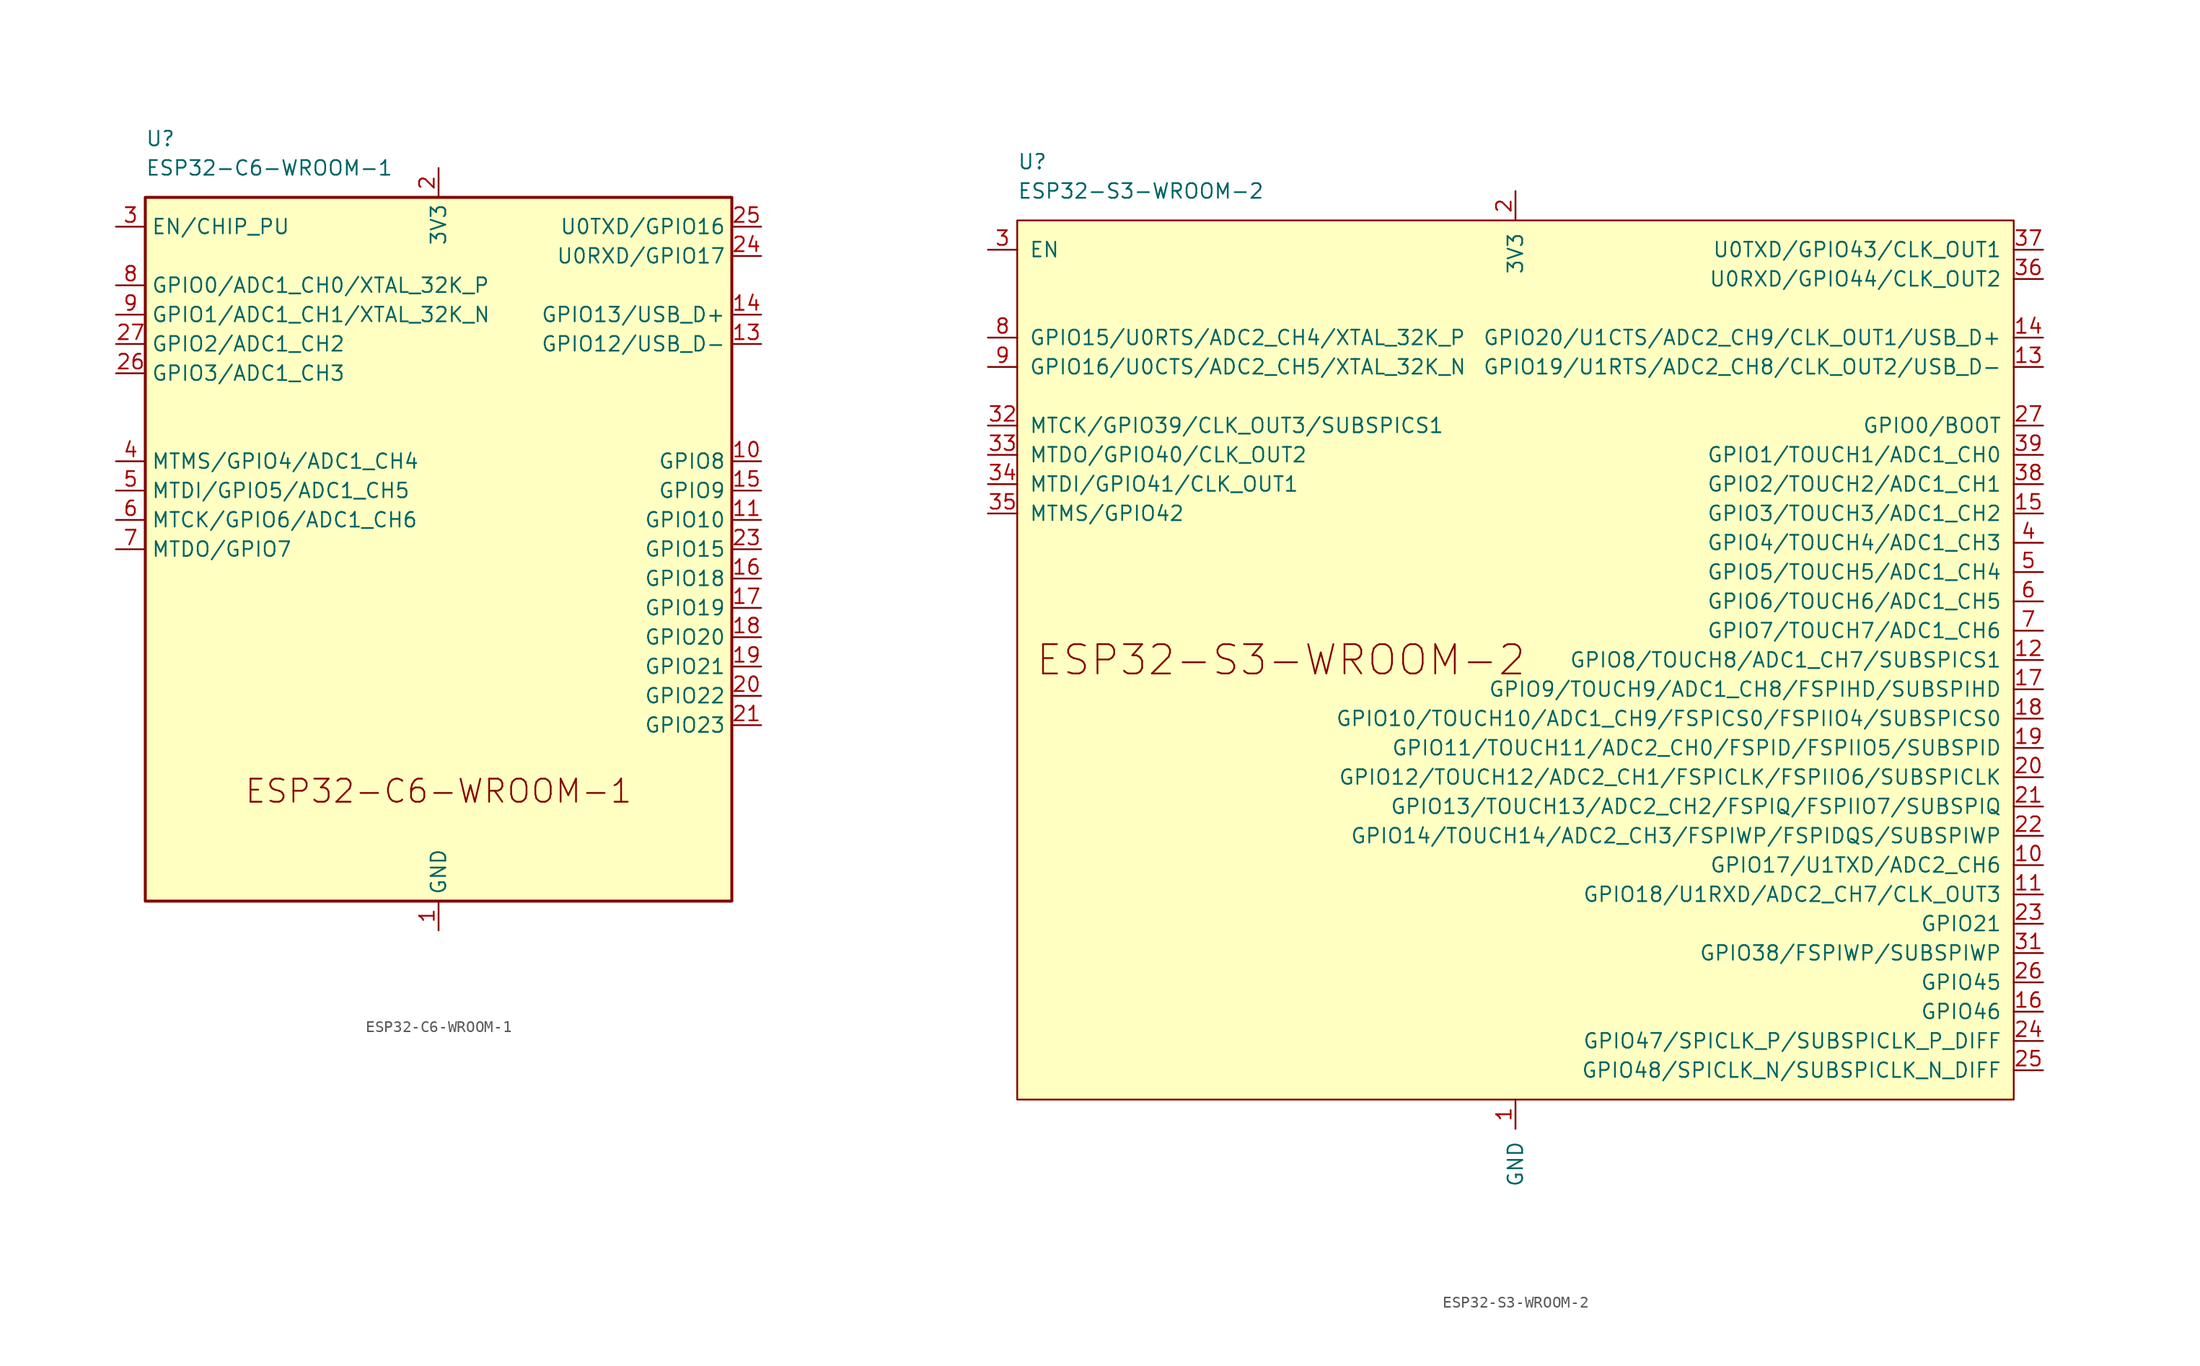
<source format=kicad_sym>
(kicad_symbol_lib
  (version 20210914)
  (generator kicad_symbol_editor)
  (symbol "ESP32-C6-WROOM-1"
    (property "Reference" "U"
      (at -25.4 35.56 0)
      (effects (font (size 1.27 1.27)) (justify left)))
    (property "Value" "ESP32-C6-WROOM-1"
      (at -25.4 33.02 0)
      (effects (font (size 1.27 1.27)) (justify left)))
    (symbol "ESP32-C6-WROOM-1_0_0"
      (text "ESP32-C6-WROOM-1" (at 0 -20.955 0) (effects (font (size 2 2)))))
    (symbol "ESP32-C6-WROOM-1_0_1"
      (rectangle (start -25.4 30.48) (end 25.4 -30.48) (stroke (width 0.254) (type default)) (fill (type background))))
    (symbol "ESP32-C6-WROOM-1_1_1"
      (pin power_in line (at 0 -33.02 90) (length 2.54) (name "GND" (effects (font (size 1.27 1.27)))) (number "1" (effects (font (size 1.27 1.27)))))
      (pin bidirectional line (at 27.94 7.62 180) (length 2.54) (name "GPIO8" (effects (font (size 1.27 1.27)))) (number "10" (effects (font (size 1.27 1.27)))))
      (pin bidirectional line (at 27.94 2.54 180) (length 2.54) (name "GPIO10" (effects (font (size 1.27 1.27)))) (number "11" (effects (font (size 1.27 1.27)))))
      (pin bidirectional line (at 0 -33.02 90) (length 2.54) hide (name "GPIO11" (effects (font (size 1.27 1.27)))) (number "12" (effects (font (size 1.27 1.27)))))
      (pin bidirectional line (at 27.94 17.78 180) (length 2.54) (name "GPIO12/USB_D-" (effects (font (size 1.27 1.27)))) (number "13" (effects (font (size 1.27 1.27)))))
      (pin bidirectional line (at 27.94 20.32 180) (length 2.54) (name "GPIO13/USB_D+" (effects (font (size 1.27 1.27)))) (number "14" (effects (font (size 1.27 1.27)))))
      (pin bidirectional line (at 27.94 5.08 180) (length 2.54) (name "GPIO9" (effects (font (size 1.27 1.27)))) (number "15" (effects (font (size 1.27 1.27)))))
      (pin bidirectional line (at 27.94 -2.54 180) (length 2.54) (name "GPIO18" (effects (font (size 1.27 1.27)))) (number "16" (effects (font (size 1.27 1.27)))))
      (pin bidirectional line (at 27.94 -5.08 180) (length 2.54) (name "GPIO19" (effects (font (size 1.27 1.27)))) (number "17" (effects (font (size 1.27 1.27)))))
      (pin bidirectional line (at 27.94 -7.62 180) (length 2.54) (name "GPIO20" (effects (font (size 1.27 1.27)))) (number "18" (effects (font (size 1.27 1.27)))))
      (pin bidirectional line (at 27.94 -10.16 180) (length 2.54) (name "GPIO21" (effects (font (size 1.27 1.27)))) (number "19" (effects (font (size 1.27 1.27)))))
      (pin power_in line (at 0 33.02 270) (length 2.54) (name "3V3" (effects (font (size 1.27 1.27)))) (number "2" (effects (font (size 1.27 1.27)))))
      (pin bidirectional line (at 27.94 -12.7 180) (length 2.54) (name "GPIO22" (effects (font (size 1.27 1.27)))) (number "20" (effects (font (size 1.27 1.27)))))
      (pin bidirectional line (at 27.94 -15.24 180) (length 2.54) (name "GPIO23" (effects (font (size 1.27 1.27)))) (number "21" (effects (font (size 1.27 1.27)))))
      (pin no_connect line (at -25.4 -12.7 0) (length 2.54) hide (name "NC" (effects (font (size 1.27 1.27)))) (number "22" (effects (font (size 1.27 1.27)))))
      (pin bidirectional line (at 27.94 0 180) (length 2.54) (name "GPIO15" (effects (font (size 1.27 1.27)))) (number "23" (effects (font (size 1.27 1.27)))))
      (pin bidirectional line (at 27.94 25.4 180) (length 2.54) (name "U0RXD/GPIO17" (effects (font (size 1.27 1.27)))) (number "24" (effects (font (size 1.27 1.27)))))
      (pin bidirectional line (at 27.94 27.94 180) (length 2.54) (name "U0TXD/GPIO16" (effects (font (size 1.27 1.27)))) (number "25" (effects (font (size 1.27 1.27)))))
      (pin bidirectional line (at -27.94 15.24 0) (length 2.54) (name "GPIO3/ADC1_CH3" (effects (font (size 1.27 1.27)))) (number "26" (effects (font (size 1.27 1.27)))))
      (pin bidirectional line (at -27.94 17.78 0) (length 2.54) (name "GPIO2/ADC1_CH2" (effects (font (size 1.27 1.27)))) (number "27" (effects (font (size 1.27 1.27)))))
      (pin passive line (at 0 -33.02 90) (length 2.54) hide (name "GND" (effects (font (size 1.27 1.27)))) (number "28" (effects (font (size 1.27 1.27)))))
      (pin passive line (at 0 -33.02 90) (length 2.54) hide (name "GND" (effects (font (size 1.27 1.27)))) (number "29" (effects (font (size 1.27 1.27)))))
      (pin input line (at -27.94 27.94 0) (length 2.54) (name "EN/CHIP_PU" (effects (font (size 1.27 1.27)))) (number "3" (effects (font (size 1.27 1.27)))))
      (pin bidirectional line (at -27.94 7.62 0) (length 2.54) (name "MTMS/GPIO4/ADC1_CH4" (effects (font (size 1.27 1.27)))) (number "4" (effects (font (size 1.27 1.27)))))
      (pin bidirectional line (at -27.94 5.08 0) (length 2.54) (name "MTDI/GPIO5/ADC1_CH5" (effects (font (size 1.27 1.27)))) (number "5" (effects (font (size 1.27 1.27)))))
      (pin bidirectional line (at -27.94 2.54 0) (length 2.54) (name "MTCK/GPIO6/ADC1_CH6" (effects (font (size 1.27 1.27)))) (number "6" (effects (font (size 1.27 1.27)))))
      (pin bidirectional line (at -27.94 0 0) (length 2.54) (name "MTDO/GPIO7" (effects (font (size 1.27 1.27)))) (number "7" (effects (font (size 1.27 1.27)))))
      (pin bidirectional line (at -27.94 22.86 0) (length 2.54) (name "GPIO0/ADC1_CH0/XTAL_32K_P" (effects (font (size 1.27 1.27)))) (number "8" (effects (font (size 1.27 1.27)))))
      (pin bidirectional line (at -27.94 20.32 0) (length 2.54) (name "GPIO1/ADC1_CH1/XTAL_32K_N" (effects (font (size 1.27 1.27)))) (number "9" (effects (font (size 1.27 1.27)))))))
  (symbol "ESP32-S3-WROOM-2"
    (pin_names
      (offset 1.016))
    (property "Reference" "U"
      (at -43.18 43.18 0)
      (effects (font (size 1.27 1.27)) (justify left)))
    (property "Value" "ESP32-S3-WROOM-2"
      (at -43.18 40.64 0)
      (effects (font (size 1.27 1.27)) (justify left)))
    (symbol "ESP32-S3-WROOM-2_0_0"
      (text "ESP32-S3-WROOM-2" (at -20.32 0 0) (effects (font (size 2.54 2.54))))
      (pin power_in line (at 0 -38.1 270) (length 2.54) (name "GND" (effects (font (size 1.27 1.27)))) (number "1" (effects (font (size 1.27 1.27)))))
      (pin bidirectional line (at 45.72 -17.78 180) (length 2.54) (name "GPIO17/U1TXD/ADC2_CH6" (effects (font (size 1.27 1.27)))) (number "10" (effects (font (size 1.27 1.27)))))
      (pin bidirectional line (at 45.72 -20.32 180) (length 2.54) (name "GPIO18/U1RXD/ADC2_CH7/CLK_OUT3" (effects (font (size 1.27 1.27)))) (number "11" (effects (font (size 1.27 1.27)))))
      (pin bidirectional line (at 45.72 0 180) (length 2.54) (name "GPIO8/TOUCH8/ADC1_CH7/SUBSPICS1" (effects (font (size 1.27 1.27)))) (number "12" (effects (font (size 1.27 1.27)))))
      (pin bidirectional line (at 45.72 25.4 180) (length 2.54) (name "GPIO19/U1RTS/ADC2_CH8/CLK_OUT2/USB_D-" (effects (font (size 1.27 1.27)))) (number "13" (effects (font (size 1.27 1.27)))))
      (pin bidirectional line (at 45.72 27.94 180) (length 2.54) (name "GPIO20/U1CTS/ADC2_CH9/CLK_OUT1/USB_D+" (effects (font (size 1.27 1.27)))) (number "14" (effects (font (size 1.27 1.27)))))
      (pin bidirectional line (at 45.72 12.7 180) (length 2.54) (name "GPIO3/TOUCH3/ADC1_CH2" (effects (font (size 1.27 1.27)))) (number "15" (effects (font (size 1.27 1.27)))))
      (pin bidirectional line (at 45.72 -30.48 180) (length 2.54) (name "GPIO46" (effects (font (size 1.27 1.27)))) (number "16" (effects (font (size 1.27 1.27)))))
      (pin bidirectional line (at 45.72 -2.54 180) (length 2.54) (name "GPIO9/TOUCH9/ADC1_CH8/FSPIHD/SUBSPIHD" (effects (font (size 1.27 1.27)))) (number "17" (effects (font (size 1.27 1.27)))))
      (pin bidirectional line (at 45.72 -5.08 180) (length 2.54) (name "GPIO10/TOUCH10/ADC1_CH9/FSPICS0/FSPIIO4/SUBSPICS0" (effects (font (size 1.27 1.27)))) (number "18" (effects (font (size 1.27 1.27)))))
      (pin bidirectional line (at 45.72 -7.62 180) (length 2.54) (name "GPIO11/TOUCH11/ADC2_CH0/FSPID/FSPIIO5/SUBSPID" (effects (font (size 1.27 1.27)))) (number "19" (effects (font (size 1.27 1.27)))))
      (pin power_in line (at 0 40.64 270) (length 2.54) (name "3V3" (effects (font (size 1.27 1.27)))) (number "2" (effects (font (size 1.27 1.27)))))
      (pin bidirectional line (at 45.72 -10.16 180) (length 2.54) (name "GPIO12/TOUCH12/ADC2_CH1/FSPICLK/FSPIIO6/SUBSPICLK" (effects (font (size 1.27 1.27)))) (number "20" (effects (font (size 1.27 1.27)))))
      (pin bidirectional line (at 45.72 -12.7 180) (length 2.54) (name "GPIO13/TOUCH13/ADC2_CH2/FSPIQ/FSPIIO7/SUBSPIQ" (effects (font (size 1.27 1.27)))) (number "21" (effects (font (size 1.27 1.27)))))
      (pin bidirectional line (at 45.72 -15.24 180) (length 2.54) (name "GPIO14/TOUCH14/ADC2_CH3/FSPIWP/FSPIDQS/SUBSPIWP" (effects (font (size 1.27 1.27)))) (number "22" (effects (font (size 1.27 1.27)))))
      (pin bidirectional line (at 45.72 -22.86 180) (length 2.54) (name "GPIO21" (effects (font (size 1.27 1.27)))) (number "23" (effects (font (size 1.27 1.27)))))
      (pin bidirectional line (at 45.72 -33.02 180) (length 2.54) (name "GPIO47/SPICLK_P/SUBSPICLK_P_DIFF" (effects (font (size 1.27 1.27)))) (number "24" (effects (font (size 1.27 1.27)))))
      (pin bidirectional line (at 45.72 -35.56 180) (length 2.54) (name "GPIO48/SPICLK_N/SUBSPICLK_N_DIFF" (effects (font (size 1.27 1.27)))) (number "25" (effects (font (size 1.27 1.27)))))
      (pin bidirectional line (at 45.72 -27.94 180) (length 2.54) (name "GPIO45" (effects (font (size 1.27 1.27)))) (number "26" (effects (font (size 1.27 1.27)))))
      (pin bidirectional line (at 45.72 20.32 180) (length 2.54) (name "GPIO0/BOOT" (effects (font (size 1.27 1.27)))) (number "27" (effects (font (size 1.27 1.27)))))
      (pin no_connect line (at -43.18 -35.56 0) (length 2.54) hide (name "NC" (effects (font (size 1.27 1.27)))) (number "28" (effects (font (size 1.27 1.27)))))
      (pin no_connect line (at -43.18 -33.02 0) (length 2.54) hide (name "NC" (effects (font (size 1.27 1.27)))) (number "29" (effects (font (size 1.27 1.27)))))
      (pin input line (at -45.72 35.56 0) (length 2.54) (name "EN" (effects (font (size 1.27 1.27)))) (number "3" (effects (font (size 1.27 1.27)))))
      (pin no_connect line (at -43.18 -30.48 0) (length 2.54) hide (name "NC" (effects (font (size 1.27 1.27)))) (number "30" (effects (font (size 1.27 1.27)))))
      (pin bidirectional line (at 45.72 -25.4 180) (length 2.54) (name "GPIO38/FSPIWP/SUBSPIWP" (effects (font (size 1.27 1.27)))) (number "31" (effects (font (size 1.27 1.27)))))
      (pin bidirectional line (at -45.72 20.32 0) (length 2.54) (name "MTCK/GPIO39/CLK_OUT3/SUBSPICS1" (effects (font (size 1.27 1.27)))) (number "32" (effects (font (size 1.27 1.27)))))
      (pin bidirectional line (at -45.72 17.78 0) (length 2.54) (name "MTDO/GPIO40/CLK_OUT2" (effects (font (size 1.27 1.27)))) (number "33" (effects (font (size 1.27 1.27)))))
      (pin bidirectional line (at -45.72 15.24 0) (length 2.54) (name "MTDI/GPIO41/CLK_OUT1" (effects (font (size 1.27 1.27)))) (number "34" (effects (font (size 1.27 1.27)))))
      (pin bidirectional line (at -45.72 12.7 0) (length 2.54) (name "MTMS/GPIO42" (effects (font (size 1.27 1.27)))) (number "35" (effects (font (size 1.27 1.27)))))
      (pin bidirectional line (at 45.72 33.02 180) (length 2.54) (name "U0RXD/GPIO44/CLK_OUT2" (effects (font (size 1.27 1.27)))) (number "36" (effects (font (size 1.27 1.27)))))
      (pin bidirectional line (at 45.72 35.56 180) (length 2.54) (name "U0TXD/GPIO43/CLK_OUT1" (effects (font (size 1.27 1.27)))) (number "37" (effects (font (size 1.27 1.27)))))
      (pin bidirectional line (at 45.72 15.24 180) (length 2.54) (name "GPIO2/TOUCH2/ADC1_CH1" (effects (font (size 1.27 1.27)))) (number "38" (effects (font (size 1.27 1.27)))))
      (pin bidirectional line (at 45.72 17.78 180) (length 2.54) (name "GPIO1/TOUCH1/ADC1_CH0" (effects (font (size 1.27 1.27)))) (number "39" (effects (font (size 1.27 1.27)))))
      (pin bidirectional line (at 45.72 10.16 180) (length 2.54) (name "GPIO4/TOUCH4/ADC1_CH3" (effects (font (size 1.27 1.27)))) (number "4" (effects (font (size 1.27 1.27)))))
      (pin passive line (at 0 -38.1 270) (length 2.54) hide (name "GND" (effects (font (size 1.27 1.27)))) (number "40" (effects (font (size 1.27 1.27)))))
      (pin passive line (at 0 -38.1 270) (length 2.54) hide (name "GND" (effects (font (size 1.27 1.27)))) (number "41" (effects (font (size 1.27 1.27)))))
      (pin bidirectional line (at 45.72 7.62 180) (length 2.54) (name "GPIO5/TOUCH5/ADC1_CH4" (effects (font (size 1.27 1.27)))) (number "5" (effects (font (size 1.27 1.27)))))
      (pin bidirectional line (at 45.72 5.08 180) (length 2.54) (name "GPIO6/TOUCH6/ADC1_CH5" (effects (font (size 1.27 1.27)))) (number "6" (effects (font (size 1.27 1.27)))))
      (pin bidirectional line (at 45.72 2.54 180) (length 2.54) (name "GPIO7/TOUCH7/ADC1_CH6" (effects (font (size 1.27 1.27)))) (number "7" (effects (font (size 1.27 1.27)))))
      (pin bidirectional line (at -45.72 27.94 0) (length 2.54) (name "GPIO15/U0RTS/ADC2_CH4/XTAL_32K_P" (effects (font (size 1.27 1.27)))) (number "8" (effects (font (size 1.27 1.27)))))
      (pin bidirectional line (at -45.72 25.4 0) (length 2.54) (name "GPIO16/U0CTS/ADC2_CH5/XTAL_32K_N" (effects (font (size 1.27 1.27)))) (number "9" (effects (font (size 1.27 1.27))))))
    (symbol "ESP32-S3-WROOM-2_0_1"
      (rectangle (start -43.18 38.1) (end 43.18 -38.1) (stroke (width 0) (type default)) (fill (type background))))))
</source>
